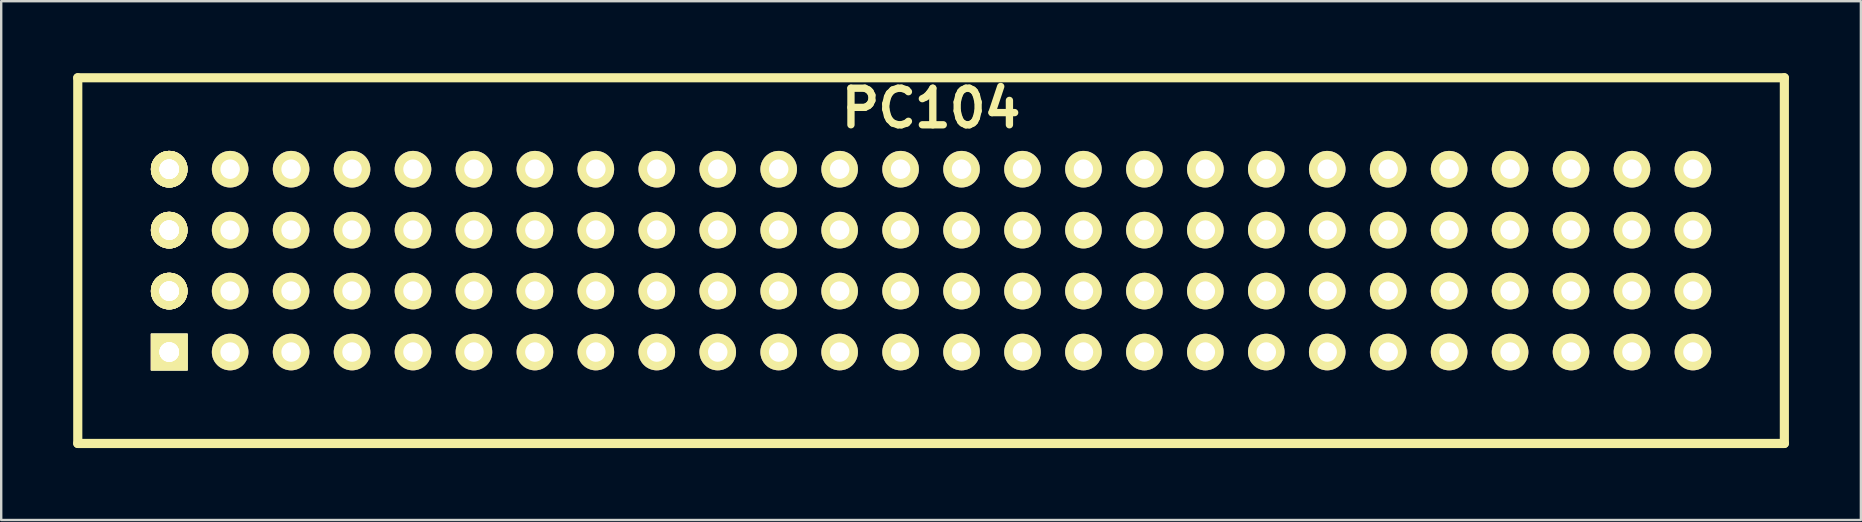
<source format=kicad_pcb>
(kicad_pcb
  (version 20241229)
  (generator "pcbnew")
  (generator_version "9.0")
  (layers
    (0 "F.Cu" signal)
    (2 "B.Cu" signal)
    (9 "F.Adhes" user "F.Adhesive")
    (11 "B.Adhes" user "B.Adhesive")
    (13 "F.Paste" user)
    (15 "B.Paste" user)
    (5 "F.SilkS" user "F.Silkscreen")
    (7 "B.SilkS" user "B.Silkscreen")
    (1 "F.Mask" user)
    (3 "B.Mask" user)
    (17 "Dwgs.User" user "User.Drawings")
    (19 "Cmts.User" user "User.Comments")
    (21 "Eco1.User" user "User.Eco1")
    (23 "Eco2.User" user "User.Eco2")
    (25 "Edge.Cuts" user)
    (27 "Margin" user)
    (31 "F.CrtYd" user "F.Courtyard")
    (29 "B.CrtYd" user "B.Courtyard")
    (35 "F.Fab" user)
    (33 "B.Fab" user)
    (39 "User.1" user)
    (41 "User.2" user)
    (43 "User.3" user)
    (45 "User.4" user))
  (footprint "PC104"
    (layer "F.Cu")
    (at 35.751 7.811)
    (property "Reference" "PC104" (at 0 -6.35 0) (layer "F.SilkS") (effects (font (size 1.524 1.524) (thickness 0.305))))
    (attr through_hole)
    (fp_line (start -35.56 -7.62) (end 35.56 -7.62) (stroke (width 0.381) (type solid)) (layer "F.SilkS"))
    (fp_line (start -35.56 7.62) (end -35.56 -7.62) (stroke (width 0.381) (type solid)) (layer "F.SilkS"))
    (fp_line (start 35.56 -7.62) (end 35.56 7.62) (stroke (width 0.381) (type solid)) (layer "F.SilkS"))
    (fp_line (start 35.56 7.62) (end -35.56 7.62) (stroke (width 0.381) (type solid)) (layer "F.SilkS"))
    (pad "1" thru_hole rect (at -31.75 3.81) (size 1.524 1.524) (drill 0.813) (layers "*.Cu" "*.Mask" "F.SilkS"))
    (pad "1" thru_hole rect (at -31.75 3.81) (size 1.524 1.524) (drill 0.813) (layers "*.Cu" "*.Mask" "F.SilkS"))
    (pad "1" thru_hole rect (at -31.75 3.81) (size 1.524 1.524) (drill 0.813) (layers "*.Cu" "*.Mask" "F.SilkS"))
    (pad "1" thru_hole rect (at -31.75 3.81) (size 1.524 1.524) (drill 0.813) (layers "*.Cu" "*.Mask" "F.SilkS"))
    (pad "2" thru_hole circle (at -31.75 1.27) (size 1.524 1.524) (drill 0.813) (layers "*.Cu" "*.Mask" "F.SilkS"))
    (pad "2" thru_hole circle (at -31.75 1.27) (size 1.524 1.524) (drill 0.813) (layers "*.Cu" "*.Mask" "F.SilkS"))
    (pad "2" thru_hole circle (at -31.75 1.27) (size 1.524 1.524) (drill 0.813) (layers "*.Cu" "*.Mask" "F.SilkS"))
    (pad "2" thru_hole circle (at -31.75 1.27) (size 1.524 1.524) (drill 0.813) (layers "*.Cu" "*.Mask" "F.SilkS"))
    (pad "3" thru_hole circle (at -31.75 -1.27) (size 1.524 1.524) (drill 0.813) (layers "*.Cu" "*.Mask" "F.SilkS"))
    (pad "3" thru_hole circle (at -31.75 -1.27) (size 1.524 1.524) (drill 0.813) (layers "*.Cu" "*.Mask" "F.SilkS"))
    (pad "3" thru_hole circle (at -31.75 -1.27) (size 1.524 1.524) (drill 0.813) (layers "*.Cu" "*.Mask" "F.SilkS"))
    (pad "3" thru_hole circle (at -31.75 -1.27) (size 1.524 1.524) (drill 0.813) (layers "*.Cu" "*.Mask" "F.SilkS"))
    (pad "4" thru_hole circle (at -31.75 -3.81) (size 1.524 1.524) (drill 0.813) (layers "*.Cu" "*.Mask" "F.SilkS"))
    (pad "4" thru_hole circle (at -31.75 -3.81) (size 1.524 1.524) (drill 0.813) (layers "*.Cu" "*.Mask" "F.SilkS"))
    (pad "4" thru_hole circle (at -31.75 -3.81) (size 1.524 1.524) (drill 0.813) (layers "*.Cu" "*.Mask" "F.SilkS"))
    (pad "4" thru_hole circle (at -31.75 -3.81) (size 1.524 1.524) (drill 0.813) (layers "*.Cu" "*.Mask" "F.SilkS"))
    (pad "5" thru_hole circle (at -29.21 3.81) (size 1.524 1.524) (drill 0.813) (layers "*.Cu" "*.Mask" "F.SilkS"))
    (pad "6" thru_hole circle (at -29.21 1.27) (size 1.524 1.524) (drill 0.813) (layers "*.Cu" "*.Mask" "F.SilkS"))
    (pad "7" thru_hole circle (at -29.21 -1.27) (size 1.524 1.524) (drill 0.813) (layers "*.Cu" "*.Mask" "F.SilkS"))
    (pad "8" thru_hole circle (at -29.21 -3.81) (size 1.524 1.524) (drill 0.813) (layers "*.Cu" "*.Mask" "F.SilkS"))
    (pad "9" thru_hole circle (at -26.67 3.81) (size 1.524 1.524) (drill 0.813) (layers "*.Cu" "*.Mask" "F.SilkS"))
    (pad "10" thru_hole circle (at -26.67 1.27) (size 1.524 1.524) (drill 0.813) (layers "*.Cu" "*.Mask" "F.SilkS"))
    (pad "11" thru_hole circle (at -26.67 -1.27) (size 1.524 1.524) (drill 0.813) (layers "*.Cu" "*.Mask" "F.SilkS"))
    (pad "12" thru_hole circle (at -26.67 -3.81) (size 1.524 1.524) (drill 0.813) (layers "*.Cu" "*.Mask" "F.SilkS"))
    (pad "13" thru_hole circle (at -24.13 3.81) (size 1.524 1.524) (drill 0.813) (layers "*.Cu" "*.Mask" "F.SilkS"))
    (pad "14" thru_hole circle (at -24.13 1.27) (size 1.524 1.524) (drill 0.813) (layers "*.Cu" "*.Mask" "F.SilkS"))
    (pad "15" thru_hole circle (at -24.13 -1.27) (size 1.524 1.524) (drill 0.813) (layers "*.Cu" "*.Mask" "F.SilkS"))
    (pad "16" thru_hole circle (at -24.13 -3.81) (size 1.524 1.524) (drill 0.813) (layers "*.Cu" "*.Mask" "F.SilkS"))
    (pad "17" thru_hole circle (at -21.59 3.81) (size 1.524 1.524) (drill 0.813) (layers "*.Cu" "*.Mask" "F.SilkS"))
    (pad "18" thru_hole circle (at -21.59 1.27) (size 1.524 1.524) (drill 0.813) (layers "*.Cu" "*.Mask" "F.SilkS"))
    (pad "19" thru_hole circle (at -21.59 -1.27) (size 1.524 1.524) (drill 0.813) (layers "*.Cu" "*.Mask" "F.SilkS"))
    (pad "20" thru_hole circle (at -21.59 -3.81) (size 1.524 1.524) (drill 0.813) (layers "*.Cu" "*.Mask" "F.SilkS"))
    (pad "21" thru_hole circle (at -19.05 3.81) (size 1.524 1.524) (drill 0.813) (layers "*.Cu" "*.Mask" "F.SilkS"))
    (pad "22" thru_hole circle (at -19.05 1.27) (size 1.524 1.524) (drill 0.813) (layers "*.Cu" "*.Mask" "F.SilkS"))
    (pad "23" thru_hole circle (at -19.05 -1.27) (size 1.524 1.524) (drill 0.813) (layers "*.Cu" "*.Mask" "F.SilkS"))
    (pad "24" thru_hole circle (at -19.05 -3.81) (size 1.524 1.524) (drill 0.813) (layers "*.Cu" "*.Mask" "F.SilkS"))
    (pad "25" thru_hole circle (at -16.51 3.81) (size 1.524 1.524) (drill 0.813) (layers "*.Cu" "*.Mask" "F.SilkS"))
    (pad "26" thru_hole circle (at -16.51 1.27) (size 1.524 1.524) (drill 0.813) (layers "*.Cu" "*.Mask" "F.SilkS"))
    (pad "27" thru_hole circle (at -16.51 -1.27) (size 1.524 1.524) (drill 0.813) (layers "*.Cu" "*.Mask" "F.SilkS"))
    (pad "28" thru_hole circle (at -16.51 -3.81) (size 1.524 1.524) (drill 0.813) (layers "*.Cu" "*.Mask" "F.SilkS"))
    (pad "29" thru_hole circle (at -13.97 3.81) (size 1.524 1.524) (drill 0.813) (layers "*.Cu" "*.Mask" "F.SilkS"))
    (pad "30" thru_hole circle (at -13.97 1.27) (size 1.524 1.524) (drill 0.813) (layers "*.Cu" "*.Mask" "F.SilkS"))
    (pad "31" thru_hole circle (at -13.97 -1.27) (size 1.524 1.524) (drill 0.813) (layers "*.Cu" "*.Mask" "F.SilkS"))
    (pad "32" thru_hole circle (at -13.97 -3.81) (size 1.524 1.524) (drill 0.813) (layers "*.Cu" "*.Mask" "F.SilkS"))
    (pad "33" thru_hole circle (at -11.43 3.81) (size 1.524 1.524) (drill 0.813) (layers "*.Cu" "*.Mask" "F.SilkS"))
    (pad "34" thru_hole circle (at -11.43 1.27) (size 1.524 1.524) (drill 0.813) (layers "*.Cu" "*.Mask" "F.SilkS"))
    (pad "35" thru_hole circle (at -11.43 -1.27) (size 1.524 1.524) (drill 0.813) (layers "*.Cu" "*.Mask" "F.SilkS"))
    (pad "36" thru_hole circle (at -11.43 -3.81) (size 1.524 1.524) (drill 0.813) (layers "*.Cu" "*.Mask" "F.SilkS"))
    (pad "37" thru_hole circle (at -8.89 3.81) (size 1.524 1.524) (drill 0.813) (layers "*.Cu" "*.Mask" "F.SilkS"))
    (pad "38" thru_hole circle (at -8.89 1.27) (size 1.524 1.524) (drill 0.813) (layers "*.Cu" "*.Mask" "F.SilkS"))
    (pad "39" thru_hole circle (at -8.89 -1.27) (size 1.524 1.524) (drill 0.813) (layers "*.Cu" "*.Mask" "F.SilkS"))
    (pad "40" thru_hole circle (at -8.89 -3.81) (size 1.524 1.524) (drill 0.813) (layers "*.Cu" "*.Mask" "F.SilkS"))
    (pad "41" thru_hole circle (at -6.35 3.81) (size 1.524 1.524) (drill 0.813) (layers "*.Cu" "*.Mask" "F.SilkS"))
    (pad "42" thru_hole circle (at -6.35 1.27) (size 1.524 1.524) (drill 0.813) (layers "*.Cu" "*.Mask" "F.SilkS"))
    (pad "43" thru_hole circle (at -6.35 -1.27) (size 1.524 1.524) (drill 0.813) (layers "*.Cu" "*.Mask" "F.SilkS"))
    (pad "44" thru_hole circle (at -6.35 -3.81) (size 1.524 1.524) (drill 0.813) (layers "*.Cu" "*.Mask" "F.SilkS"))
    (pad "45" thru_hole circle (at -3.81 3.81) (size 1.524 1.524) (drill 0.813) (layers "*.Cu" "*.Mask" "F.SilkS"))
    (pad "46" thru_hole circle (at -3.81 1.27) (size 1.524 1.524) (drill 0.813) (layers "*.Cu" "*.Mask" "F.SilkS"))
    (pad "47" thru_hole circle (at -3.81 -1.27) (size 1.524 1.524) (drill 0.813) (layers "*.Cu" "*.Mask" "F.SilkS"))
    (pad "48" thru_hole circle (at -3.81 -3.81) (size 1.524 1.524) (drill 0.813) (layers "*.Cu" "*.Mask" "F.SilkS"))
    (pad "49" thru_hole circle (at -1.27 3.81) (size 1.524 1.524) (drill 0.813) (layers "*.Cu" "*.Mask" "F.SilkS"))
    (pad "50" thru_hole circle (at -1.27 1.27) (size 1.524 1.524) (drill 0.813) (layers "*.Cu" "*.Mask" "F.SilkS"))
    (pad "51" thru_hole circle (at -1.27 -1.27) (size 1.524 1.524) (drill 0.813) (layers "*.Cu" "*.Mask" "F.SilkS"))
    (pad "52" thru_hole circle (at -1.27 -3.81) (size 1.524 1.524) (drill 0.813) (layers "*.Cu" "*.Mask" "F.SilkS"))
    (pad "53" thru_hole circle (at 1.27 3.81) (size 1.524 1.524) (drill 0.813) (layers "*.Cu" "*.Mask" "F.SilkS"))
    (pad "54" thru_hole circle (at 1.27 1.27) (size 1.524 1.524) (drill 0.813) (layers "*.Cu" "*.Mask" "F.SilkS"))
    (pad "55" thru_hole circle (at 1.27 -1.27) (size 1.524 1.524) (drill 0.813) (layers "*.Cu" "*.Mask" "F.SilkS"))
    (pad "56" thru_hole circle (at 1.27 -3.81) (size 1.524 1.524) (drill 0.813) (layers "*.Cu" "*.Mask" "F.SilkS"))
    (pad "57" thru_hole circle (at 3.81 3.81) (size 1.524 1.524) (drill 0.813) (layers "*.Cu" "*.Mask" "F.SilkS"))
    (pad "58" thru_hole circle (at 3.81 1.27) (size 1.524 1.524) (drill 0.813) (layers "*.Cu" "*.Mask" "F.SilkS"))
    (pad "59" thru_hole circle (at 3.81 -1.27) (size 1.524 1.524) (drill 0.813) (layers "*.Cu" "*.Mask" "F.SilkS"))
    (pad "60" thru_hole circle (at 3.81 -3.81) (size 1.524 1.524) (drill 0.813) (layers "*.Cu" "*.Mask" "F.SilkS"))
    (pad "61" thru_hole circle (at 6.35 3.81) (size 1.524 1.524) (drill 0.813) (layers "*.Cu" "*.Mask" "F.SilkS"))
    (pad "62" thru_hole circle (at 6.35 1.27) (size 1.524 1.524) (drill 0.813) (layers "*.Cu" "*.Mask" "F.SilkS"))
    (pad "63" thru_hole circle (at 6.35 -1.27) (size 1.524 1.524) (drill 0.813) (layers "*.Cu" "*.Mask" "F.SilkS"))
    (pad "64" thru_hole circle (at 6.35 -3.81) (size 1.524 1.524) (drill 0.813) (layers "*.Cu" "*.Mask" "F.SilkS"))
    (pad "65" thru_hole circle (at 8.89 3.81) (size 1.524 1.524) (drill 0.813) (layers "*.Cu" "*.Mask" "F.SilkS"))
    (pad "66" thru_hole circle (at 8.89 1.27) (size 1.524 1.524) (drill 0.813) (layers "*.Cu" "*.Mask" "F.SilkS"))
    (pad "67" thru_hole circle (at 8.89 -1.27) (size 1.524 1.524) (drill 0.813) (layers "*.Cu" "*.Mask" "F.SilkS"))
    (pad "68" thru_hole circle (at 8.89 -3.81) (size 1.524 1.524) (drill 0.813) (layers "*.Cu" "*.Mask" "F.SilkS"))
    (pad "69" thru_hole circle (at 11.43 3.81) (size 1.524 1.524) (drill 0.813) (layers "*.Cu" "*.Mask" "F.SilkS"))
    (pad "70" thru_hole circle (at 11.43 1.27) (size 1.524 1.524) (drill 0.813) (layers "*.Cu" "*.Mask" "F.SilkS"))
    (pad "71" thru_hole circle (at 11.43 -1.27) (size 1.524 1.524) (drill 0.813) (layers "*.Cu" "*.Mask" "F.SilkS"))
    (pad "72" thru_hole circle (at 11.43 -3.81) (size 1.524 1.524) (drill 0.813) (layers "*.Cu" "*.Mask" "F.SilkS"))
    (pad "73" thru_hole circle (at 13.97 3.81) (size 1.524 1.524) (drill 0.813) (layers "*.Cu" "*.Mask" "F.SilkS"))
    (pad "74" thru_hole circle (at 13.97 1.27) (size 1.524 1.524) (drill 0.813) (layers "*.Cu" "*.Mask" "F.SilkS"))
    (pad "75" thru_hole circle (at 13.97 -1.27) (size 1.524 1.524) (drill 0.813) (layers "*.Cu" "*.Mask" "F.SilkS"))
    (pad "76" thru_hole circle (at 13.97 -3.81) (size 1.524 1.524) (drill 0.813) (layers "*.Cu" "*.Mask" "F.SilkS"))
    (pad "77" thru_hole circle (at 16.51 3.81) (size 1.524 1.524) (drill 0.813) (layers "*.Cu" "*.Mask" "F.SilkS"))
    (pad "78" thru_hole circle (at 16.51 1.27) (size 1.524 1.524) (drill 0.813) (layers "*.Cu" "*.Mask" "F.SilkS"))
    (pad "79" thru_hole circle (at 16.51 -1.27) (size 1.524 1.524) (drill 0.813) (layers "*.Cu" "*.Mask" "F.SilkS"))
    (pad "80" thru_hole circle (at 16.51 -3.81) (size 1.524 1.524) (drill 0.813) (layers "*.Cu" "*.Mask" "F.SilkS"))
    (pad "81" thru_hole circle (at 19.05 3.81) (size 1.524 1.524) (drill 0.813) (layers "*.Cu" "*.Mask" "F.SilkS"))
    (pad "82" thru_hole circle (at 19.05 1.27) (size 1.524 1.524) (drill 0.813) (layers "*.Cu" "*.Mask" "F.SilkS"))
    (pad "83" thru_hole circle (at 19.05 -1.27) (size 1.524 1.524) (drill 0.813) (layers "*.Cu" "*.Mask" "F.SilkS"))
    (pad "84" thru_hole circle (at 19.05 -3.81) (size 1.524 1.524) (drill 0.813) (layers "*.Cu" "*.Mask" "F.SilkS"))
    (pad "85" thru_hole circle (at 21.59 3.81) (size 1.524 1.524) (drill 0.813) (layers "*.Cu" "*.Mask" "F.SilkS"))
    (pad "86" thru_hole circle (at 21.59 1.27) (size 1.524 1.524) (drill 0.813) (layers "*.Cu" "*.Mask" "F.SilkS"))
    (pad "87" thru_hole circle (at 21.59 -1.27) (size 1.524 1.524) (drill 0.813) (layers "*.Cu" "*.Mask" "F.SilkS"))
    (pad "88" thru_hole circle (at 21.59 -3.81) (size 1.524 1.524) (drill 0.813) (layers "*.Cu" "*.Mask" "F.SilkS"))
    (pad "89" thru_hole circle (at 24.13 3.81) (size 1.524 1.524) (drill 0.813) (layers "*.Cu" "*.Mask" "F.SilkS"))
    (pad "90" thru_hole circle (at 24.13 1.27) (size 1.524 1.524) (drill 0.813) (layers "*.Cu" "*.Mask" "F.SilkS"))
    (pad "91" thru_hole circle (at 24.13 -1.27) (size 1.524 1.524) (drill 0.813) (layers "*.Cu" "*.Mask" "F.SilkS"))
    (pad "92" thru_hole circle (at 24.13 -3.81) (size 1.524 1.524) (drill 0.813) (layers "*.Cu" "*.Mask" "F.SilkS"))
    (pad "93" thru_hole circle (at 26.67 3.81) (size 1.524 1.524) (drill 0.813) (layers "*.Cu" "*.Mask" "F.SilkS"))
    (pad "94" thru_hole circle (at 26.67 1.27) (size 1.524 1.524) (drill 0.813) (layers "*.Cu" "*.Mask" "F.SilkS"))
    (pad "95" thru_hole circle (at 26.67 -1.27) (size 1.524 1.524) (drill 0.813) (layers "*.Cu" "*.Mask" "F.SilkS"))
    (pad "96" thru_hole circle (at 26.67 -3.81) (size 1.524 1.524) (drill 0.813) (layers "*.Cu" "*.Mask" "F.SilkS"))
    (pad "97" thru_hole circle (at 29.21 3.81) (size 1.524 1.524) (drill 0.813) (layers "*.Cu" "*.Mask" "F.SilkS"))
    (pad "98" thru_hole circle (at 29.21 1.27) (size 1.524 1.524) (drill 0.813) (layers "*.Cu" "*.Mask" "F.SilkS"))
    (pad "99" thru_hole circle (at 29.21 -1.27) (size 1.524 1.524) (drill 0.813) (layers "*.Cu" "*.Mask" "F.SilkS"))
    (pad "100" thru_hole circle (at 29.21 -3.81) (size 1.524 1.524) (drill 0.813) (layers "*.Cu" "*.Mask" "F.SilkS"))
    (pad "101" thru_hole circle (at 31.75 3.81) (size 1.524 1.524) (drill 0.813) (layers "*.Cu" "*.Mask" "F.SilkS"))
    (pad "102" thru_hole circle (at 31.75 1.27) (size 1.524 1.524) (drill 0.813) (layers "*.Cu" "*.Mask" "F.SilkS"))
    (pad "103" thru_hole circle (at 31.75 -1.27) (size 1.524 1.524) (drill 0.813) (layers "*.Cu" "*.Mask" "F.SilkS"))
    (pad "104" thru_hole circle (at 31.75 -3.81) (size 1.524 1.524) (drill 0.813) (layers "*.Cu" "*.Mask" "F.SilkS")))
  (gr_rect
    (start -3 -3)
    (end 74.501 18.621)
    (stroke (width 0.1) (type default))
    (fill no)
    (layer "Edge.Cuts")))
</source>
